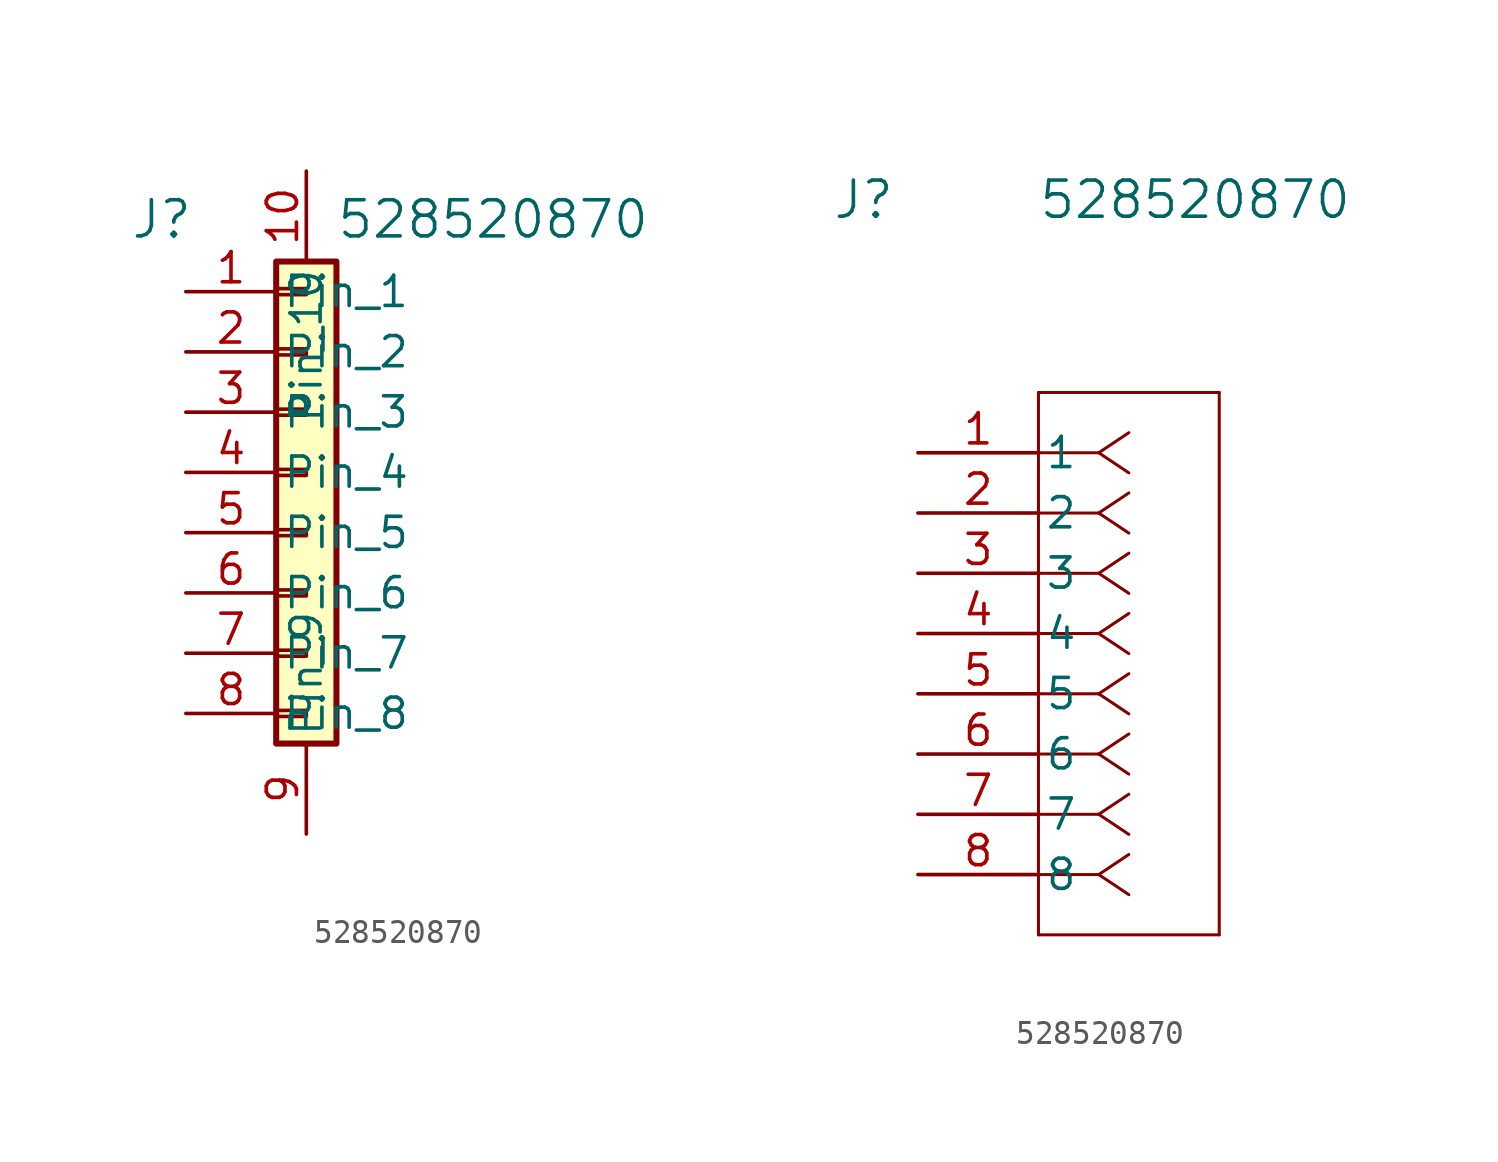
<source format=kicad_sym>
(kicad_symbol_lib
  (version 20231120)
  (generator "kicad_symbol_editor")
  (generator_version "8.0")
  (symbol "528520870"
    (pin_names
      (offset 0.254))
    (property "Reference" "J"
      (at -2.286 10.668 0)
      (effects (font (size 1.524 1.524))))
    (property "Value" "528520870"
      (at 11.684 10.668 0)
      (effects (font (size 1.524 1.524))))
    (property "ki_locked" ""
      (at 0 0 0)
      (effects (font (size 1.27 1.27))))
    (symbol "528520870_1_1"
      (rectangle (start 2.54 -10.033) (end 3.81 -10.287) (stroke (width 0.152) (type default)) (fill (type none)))
      (rectangle (start 2.54 -7.493) (end 3.81 -7.747) (stroke (width 0.152) (type default)) (fill (type none)))
      (rectangle (start 2.54 -4.953) (end 3.81 -5.207) (stroke (width 0.152) (type default)) (fill (type none)))
      (rectangle (start 2.54 -2.413) (end 3.81 -2.667) (stroke (width 0.152) (type default)) (fill (type none)))
      (rectangle (start 2.54 0.127) (end 3.81 -0.127) (stroke (width 0.152) (type default)) (fill (type none)))
      (rectangle (start 2.54 2.667) (end 3.81 2.413) (stroke (width 0.152) (type default)) (fill (type none)))
      (rectangle (start 2.54 5.207) (end 3.81 4.953) (stroke (width 0.152) (type default)) (fill (type none)))
      (rectangle (start 2.54 7.747) (end 3.81 7.493) (stroke (width 0.152) (type default)) (fill (type none)))
      (rectangle (start 2.54 8.89) (end 5.08 -11.43) (stroke (width 0.254) (type default)) (fill (type background)))
      (pin passive line (at -1.27 7.62 0) (length 3.81) (name "Pin_1" (effects (font (size 1.27 1.27)))) (number "1" (effects (font (size 1.27 1.27)))))
      (pin passive line (at 3.81 12.7 270) (length 3.81) (name "Pin_10" (effects (font (size 1.27 1.27)))) (number "10" (effects (font (size 1.27 1.27)))))
      (pin passive line (at -1.27 5.08 0) (length 3.81) (name "Pin_2" (effects (font (size 1.27 1.27)))) (number "2" (effects (font (size 1.27 1.27)))))
      (pin passive line (at -1.27 2.54 0) (length 3.81) (name "Pin_3" (effects (font (size 1.27 1.27)))) (number "3" (effects (font (size 1.27 1.27)))))
      (pin passive line (at -1.27 0 0) (length 3.81) (name "Pin_4" (effects (font (size 1.27 1.27)))) (number "4" (effects (font (size 1.27 1.27)))))
      (pin passive line (at -1.27 -2.54 0) (length 3.81) (name "Pin_5" (effects (font (size 1.27 1.27)))) (number "5" (effects (font (size 1.27 1.27)))))
      (pin passive line (at -1.27 -5.08 0) (length 3.81) (name "Pin_6" (effects (font (size 1.27 1.27)))) (number "6" (effects (font (size 1.27 1.27)))))
      (pin passive line (at -1.27 -7.62 0) (length 3.81) (name "Pin_7" (effects (font (size 1.27 1.27)))) (number "7" (effects (font (size 1.27 1.27)))))
      (pin passive line (at -1.27 -10.16 0) (length 3.81) (name "Pin_8" (effects (font (size 1.27 1.27)))) (number "8" (effects (font (size 1.27 1.27)))))
      (pin passive line (at 3.81 -15.24 90) (length 3.81) (name "Pin_9" (effects (font (size 1.27 1.27)))) (number "9" (effects (font (size 1.27 1.27))))))
    (symbol "528520870_1_2"
      (polyline (pts (xy 5.08 -20.32) (xy 12.7 -20.32)) (stroke (width 0.127) (type default)) (fill (type none)))
      (polyline (pts (xy 5.08 2.54) (xy 5.08 -20.32)) (stroke (width 0.127) (type default)) (fill (type none)))
      (polyline (pts (xy 7.62 -17.78) (xy 5.08 -17.78)) (stroke (width 0.127) (type default)) (fill (type none)))
      (polyline (pts (xy 7.62 -17.78) (xy 8.89 -18.627)) (stroke (width 0.127) (type default)) (fill (type none)))
      (polyline (pts (xy 7.62 -17.78) (xy 8.89 -16.933)) (stroke (width 0.127) (type default)) (fill (type none)))
      (polyline (pts (xy 7.62 -15.24) (xy 5.08 -15.24)) (stroke (width 0.127) (type default)) (fill (type none)))
      (polyline (pts (xy 7.62 -15.24) (xy 8.89 -16.087)) (stroke (width 0.127) (type default)) (fill (type none)))
      (polyline (pts (xy 7.62 -15.24) (xy 8.89 -14.393)) (stroke (width 0.127) (type default)) (fill (type none)))
      (polyline (pts (xy 7.62 -12.7) (xy 5.08 -12.7)) (stroke (width 0.127) (type default)) (fill (type none)))
      (polyline (pts (xy 7.62 -12.7) (xy 8.89 -13.547)) (stroke (width 0.127) (type default)) (fill (type none)))
      (polyline (pts (xy 7.62 -12.7) (xy 8.89 -11.853)) (stroke (width 0.127) (type default)) (fill (type none)))
      (polyline (pts (xy 7.62 -10.16) (xy 5.08 -10.16)) (stroke (width 0.127) (type default)) (fill (type none)))
      (polyline (pts (xy 7.62 -10.16) (xy 8.89 -11.007)) (stroke (width 0.127) (type default)) (fill (type none)))
      (polyline (pts (xy 7.62 -10.16) (xy 8.89 -9.313)) (stroke (width 0.127) (type default)) (fill (type none)))
      (polyline (pts (xy 7.62 -7.62) (xy 5.08 -7.62)) (stroke (width 0.127) (type default)) (fill (type none)))
      (polyline (pts (xy 7.62 -7.62) (xy 8.89 -8.467)) (stroke (width 0.127) (type default)) (fill (type none)))
      (polyline (pts (xy 7.62 -7.62) (xy 8.89 -6.773)) (stroke (width 0.127) (type default)) (fill (type none)))
      (polyline (pts (xy 7.62 -5.08) (xy 5.08 -5.08)) (stroke (width 0.127) (type default)) (fill (type none)))
      (polyline (pts (xy 7.62 -5.08) (xy 8.89 -5.927)) (stroke (width 0.127) (type default)) (fill (type none)))
      (polyline (pts (xy 7.62 -5.08) (xy 8.89 -4.233)) (stroke (width 0.127) (type default)) (fill (type none)))
      (polyline (pts (xy 7.62 -2.54) (xy 5.08 -2.54)) (stroke (width 0.127) (type default)) (fill (type none)))
      (polyline (pts (xy 7.62 -2.54) (xy 8.89 -3.387)) (stroke (width 0.127) (type default)) (fill (type none)))
      (polyline (pts (xy 7.62 -2.54) (xy 8.89 -1.693)) (stroke (width 0.127) (type default)) (fill (type none)))
      (polyline (pts (xy 7.62 0) (xy 5.08 0)) (stroke (width 0.127) (type default)) (fill (type none)))
      (polyline (pts (xy 7.62 0) (xy 8.89 -0.847)) (stroke (width 0.127) (type default)) (fill (type none)))
      (polyline (pts (xy 7.62 0) (xy 8.89 0.847)) (stroke (width 0.127) (type default)) (fill (type none)))
      (polyline (pts (xy 12.7 -20.32) (xy 12.7 2.54)) (stroke (width 0.127) (type default)) (fill (type none)))
      (polyline (pts (xy 12.7 2.54) (xy 5.08 2.54)) (stroke (width 0.127) (type default)) (fill (type none)))
      (pin unspecified line (at 0 0 0) (length 5.08) (name "1" (effects (font (size 1.27 1.27)))) (number "1" (effects (font (size 1.27 1.27)))))
      (pin unspecified line (at 0 -2.54 0) (length 5.08) (name "2" (effects (font (size 1.27 1.27)))) (number "2" (effects (font (size 1.27 1.27)))))
      (pin unspecified line (at 0 -5.08 0) (length 5.08) (name "3" (effects (font (size 1.27 1.27)))) (number "3" (effects (font (size 1.27 1.27)))))
      (pin unspecified line (at 0 -7.62 0) (length 5.08) (name "4" (effects (font (size 1.27 1.27)))) (number "4" (effects (font (size 1.27 1.27)))))
      (pin unspecified line (at 0 -10.16 0) (length 5.08) (name "5" (effects (font (size 1.27 1.27)))) (number "5" (effects (font (size 1.27 1.27)))))
      (pin unspecified line (at 0 -12.7 0) (length 5.08) (name "6" (effects (font (size 1.27 1.27)))) (number "6" (effects (font (size 1.27 1.27)))))
      (pin unspecified line (at 0 -15.24 0) (length 5.08) (name "7" (effects (font (size 1.27 1.27)))) (number "7" (effects (font (size 1.27 1.27)))))
      (pin unspecified line (at 0 -17.78 0) (length 5.08) (name "8" (effects (font (size 1.27 1.27)))) (number "8" (effects (font (size 1.27 1.27))))))))
</source>
